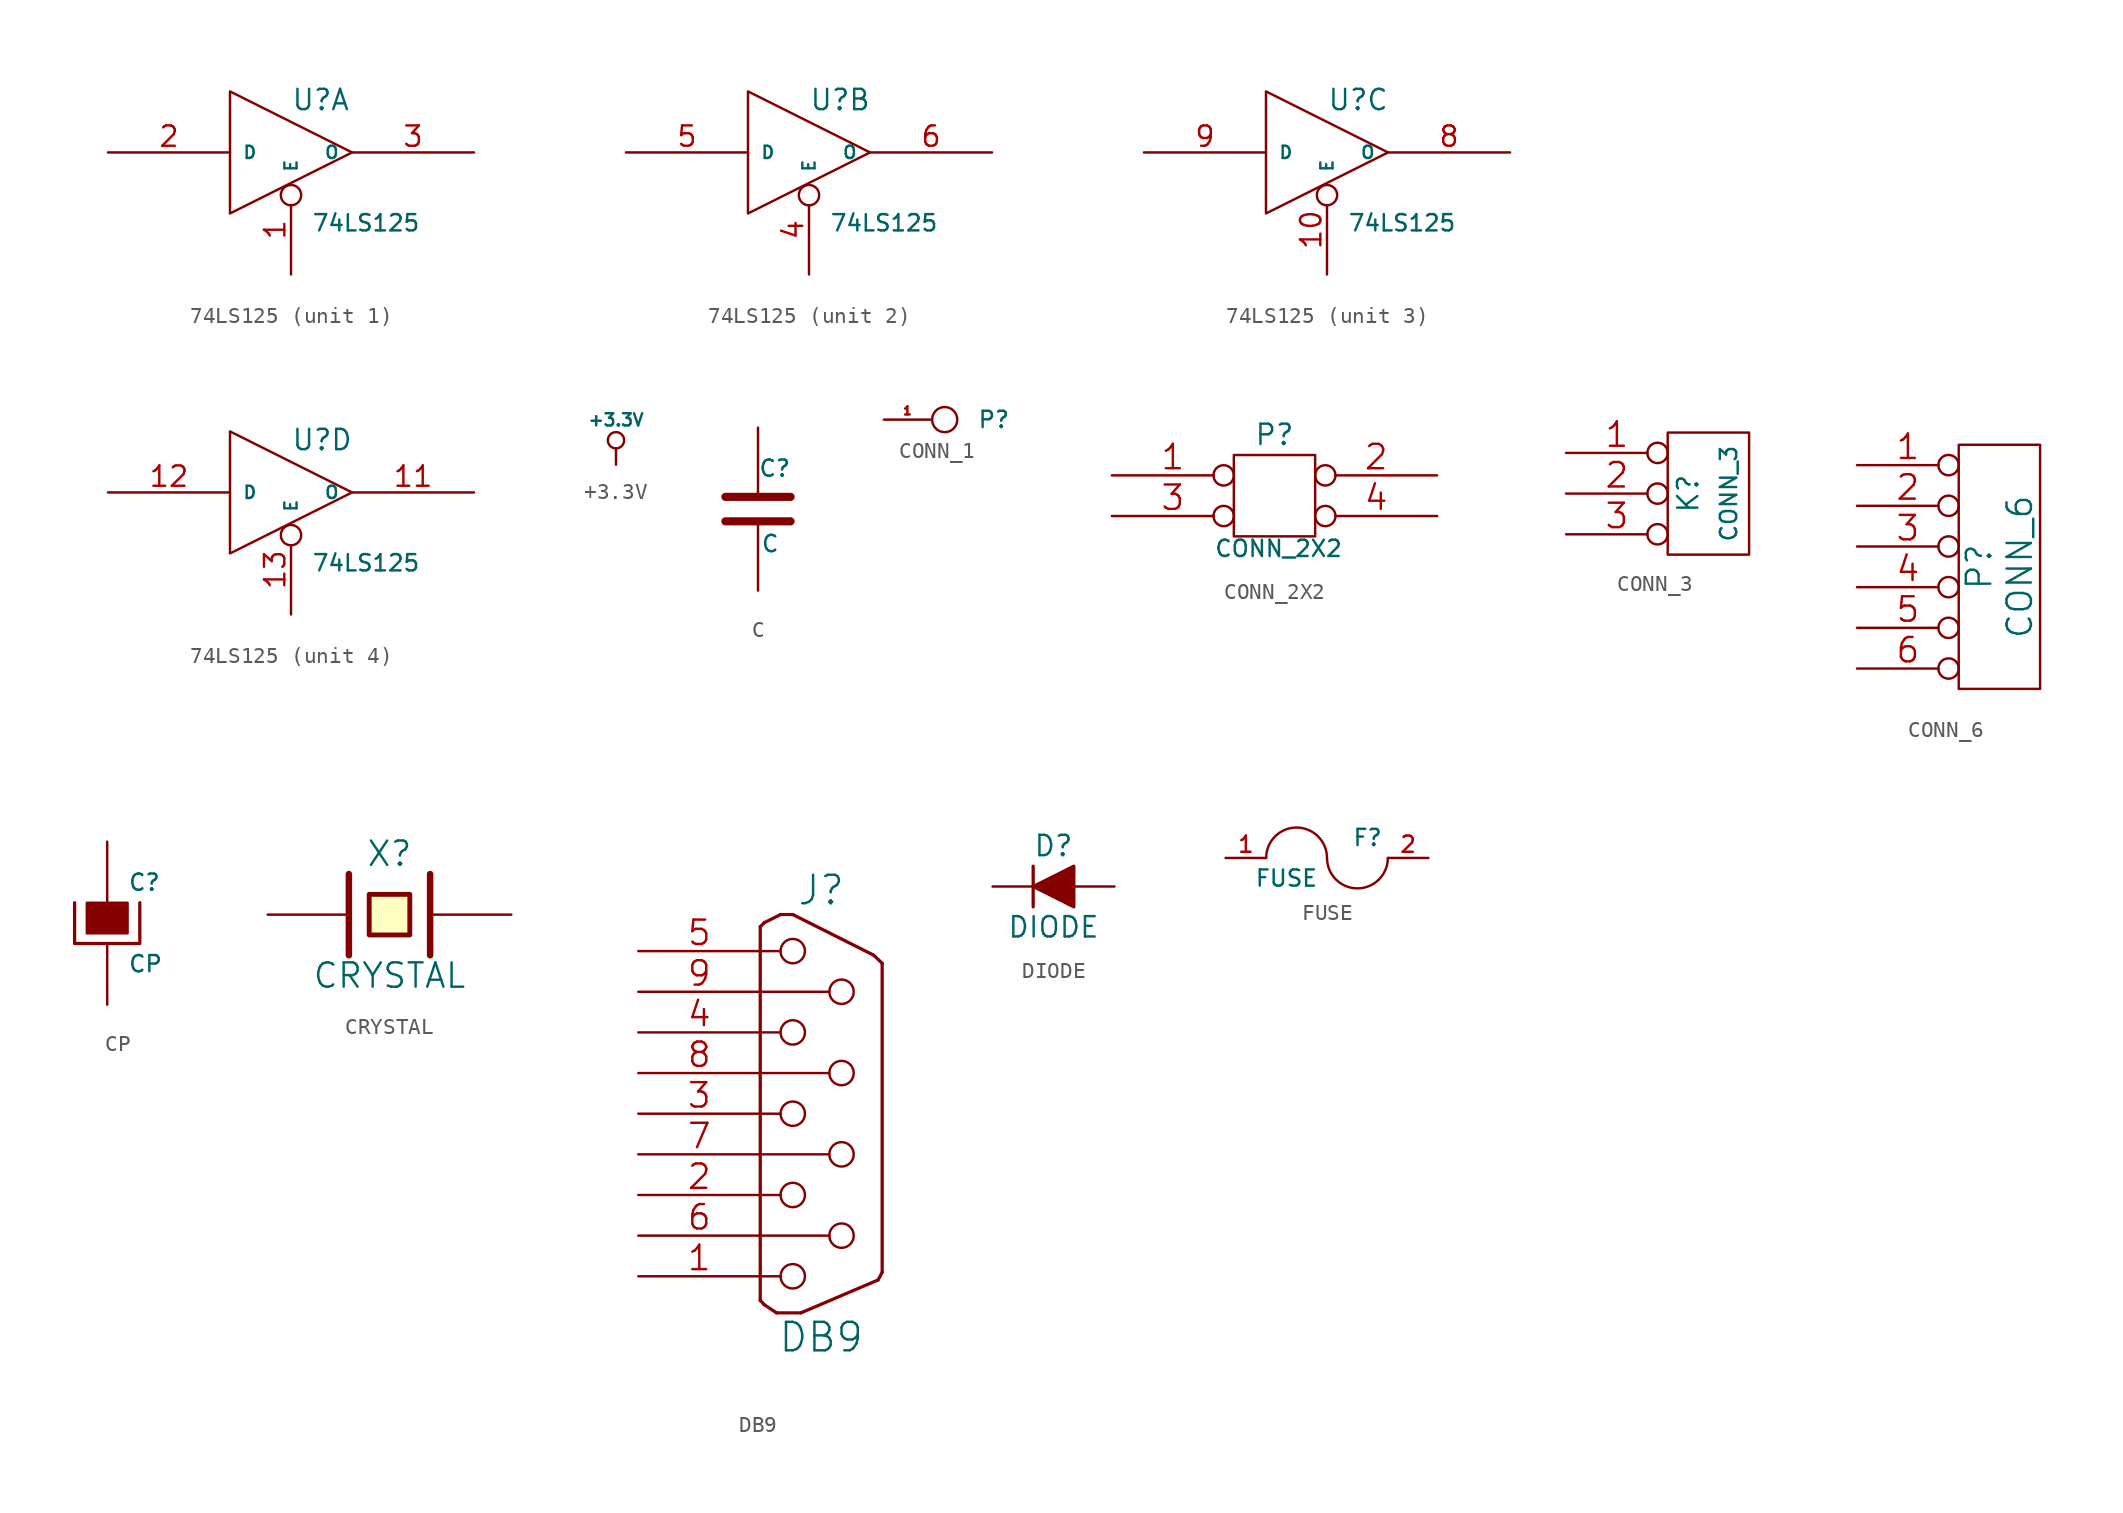
<source format=kicad_sym>
(kicad_symbol_lib
  (version 20241209)
  (generator "kicad_symbol_editor")
  (generator_version "9.0")
  (symbol "74LS125"
    (pin_names
      (offset 0.762))
    (property "Reference" "U"
      (at 0 2.54 0)
      (effects (font (size 1.27 1.27)) (justify left bottom)))
    (property "Value" "74LS125"
      (at 1.27 -3.81 0)
      (effects (font (size 1.016 1.016)) (justify left top)))
    (property "Footprint" ""
      (at 0 0 0)
      (effects (font (size 1.524 1.524))))
    (property "Datasheet" ""
      (at 0 0 0)
      (effects (font (size 1.524 1.524))))
    (symbol "74LS125_0_0"
      (pin power_in line (at -3.81 3.81 270) (length 0) (hide yes) (name "VCC" (effects (font (size 0.762 0.762)))) (number "14" (effects (font (size 1.27 1.27)))))
      (pin power_in line (at -3.81 -3.81 90) (length 0) (hide yes) (name "GND" (effects (font (size 0.762 0.762)))) (number "7" (effects (font (size 1.27 1.27))))))
    (symbol "74LS125_0_1"
      (polyline (pts (xy -3.81 3.81) (xy -3.81 -3.81) (xy 3.81 0) (xy -3.81 3.81)) (stroke (width 0) (type default)) (fill (type none))))
    (symbol "74LS125_1_0"
      (pin input inverted (at 0 -7.62 90) (length 5.588) (name "E" (effects (font (size 0.762 0.762)))) (number "1" (effects (font (size 1.27 1.27))))))
    (symbol "74LS125_1_1"
      (pin input line (at -11.43 0 0) (length 7.62) (name "D" (effects (font (size 0.762 0.762)))) (number "2" (effects (font (size 1.27 1.27)))))
      (pin tri_state line (at 11.43 0 180) (length 7.62) (name "O" (effects (font (size 0.762 0.762)))) (number "3" (effects (font (size 1.27 1.27))))))
    (symbol "74LS125_2_0"
      (pin input inverted (at 0 -7.62 90) (length 5.588) (name "E" (effects (font (size 0.762 0.762)))) (number "4" (effects (font (size 1.27 1.27))))))
    (symbol "74LS125_2_1"
      (pin input line (at -11.43 0 0) (length 7.62) (name "D" (effects (font (size 0.762 0.762)))) (number "5" (effects (font (size 1.27 1.27)))))
      (pin tri_state line (at 11.43 0 180) (length 7.62) (name "O" (effects (font (size 0.762 0.762)))) (number "6" (effects (font (size 1.27 1.27))))))
    (symbol "74LS125_3_0"
      (pin input inverted (at 0 -7.62 90) (length 5.588) (name "E" (effects (font (size 0.762 0.762)))) (number "10" (effects (font (size 1.27 1.27))))))
    (symbol "74LS125_3_1"
      (pin input line (at -11.43 0 0) (length 7.62) (name "D" (effects (font (size 0.762 0.762)))) (number "9" (effects (font (size 1.27 1.27)))))
      (pin tri_state line (at 11.43 0 180) (length 7.62) (name "O" (effects (font (size 0.762 0.762)))) (number "8" (effects (font (size 1.27 1.27))))))
    (symbol "74LS125_4_0"
      (pin input inverted (at 0 -7.62 90) (length 5.588) (name "E" (effects (font (size 0.762 0.762)))) (number "13" (effects (font (size 1.27 1.27))))))
    (symbol "74LS125_4_1"
      (pin input line (at -11.43 0 0) (length 7.62) (name "D" (effects (font (size 0.762 0.762)))) (number "12" (effects (font (size 1.27 1.27)))))
      (pin tri_state line (at 11.43 0 180) (length 7.62) (name "O" (effects (font (size 0.762 0.762)))) (number "11" (effects (font (size 1.27 1.27)))))))
  (symbol "+3.3V"
    (power)
    (pin_names
      (offset 0))
    (property "Reference" "#PWR"
      (at 0 -1.016 0)
      (effects (font (size 0.762 0.762)) (hide yes)))
    (property "Value" "+3.3V"
      (at 0 2.794 0)
      (effects (font (size 0.762 0.762))))
    (property "Footprint" ""
      (at 0 0 0)
      (effects (font (size 1.524 1.524))))
    (property "Datasheet" ""
      (at 0 0 0)
      (effects (font (size 1.524 1.524))))
    (symbol "+3.3V_0_0"
      (pin power_in line (at 0 0 90) (length 0) (hide yes) (name "+3.3V" (effects (font (size 0.762 0.762)))) (number "1" (effects (font (size 0.762 0.762))))))
    (symbol "+3.3V_0_1"
      (circle (center 0 1.524) (radius 0.508) (stroke (width 0) (type default)) (fill (type none)))
      (polyline (pts (xy 0 0) (xy 0 1.016) (xy 0 1.016)) (stroke (width 0) (type default)) (fill (type none)))))
  (symbol "C"
    (pin_numbers
      (hide yes))
    (pin_names
      (offset 0.254))
    (property "Reference" "C"
      (at 0 2.54 0)
      (effects (font (size 1.016 1.016)) (justify left)))
    (property "Value" "C"
      (at 0.152 -2.159 0)
      (effects (font (size 1.016 1.016)) (justify left)))
    (property "Footprint" ""
      (at 0.965 -3.81 0)
      (effects (font (size 0.762 0.762))))
    (property "Datasheet" ""
      (at 0 2.54 0)
      (effects (font (size 0.762 0.762))))
    (symbol "C_0_1"
      (polyline (pts (xy -2.032 0.762) (xy 2.032 0.762)) (stroke (width 0.508) (type default)) (fill (type none)))
      (polyline (pts (xy -2.032 -0.762) (xy 2.032 -0.762)) (stroke (width 0.508) (type default)) (fill (type none))))
    (symbol "C_1_1"
      (pin passive line (at 0 5.08 270) (length 4.318) (name "~" (effects (font (size 1.016 1.016)))) (number "1" (effects (font (size 1.016 1.016)))))
      (pin passive line (at 0 -5.08 90) (length 4.318) (name "~" (effects (font (size 1.016 1.016)))) (number "2" (effects (font (size 1.016 1.016)))))))
  (symbol "CONN_1"
    (pin_names
      (offset 0.762)
      (hide yes))
    (property "Reference" "P"
      (at 2.032 0 0)
      (effects (font (size 1.016 1.016)) (justify left)))
    (property "Footprint" ""
      (at 0 0 0)
      (effects (font (size 1.524 1.524))))
    (property "Datasheet" ""
      (at 0 0 0)
      (effects (font (size 1.524 1.524))))
    (symbol "CONN_1_0_1"
      (circle (center 0 0) (radius 0.787) (stroke (width 0) (type default)) (fill (type none))))
    (symbol "CONN_1_1_1"
      (pin passive line (at -3.81 0 0) (length 2.946) (name "1" (effects (font (size 1.524 1.524)))) (number "1" (effects (font (size 0.508 0.508)))))))
  (symbol "CONN_2X2"
    (pin_names
      (offset 1.016)
      (hide yes))
    (property "Reference" "P"
      (at 0 3.81 0)
      (effects (font (size 1.27 1.27))))
    (property "Value" "CONN_2X2"
      (at 0.254 -3.302 0)
      (effects (font (size 1.016 1.016))))
    (property "Footprint" ""
      (at 0 0 0)
      (effects (font (size 1.524 1.524))))
    (property "Datasheet" ""
      (at 0 0 0)
      (effects (font (size 1.524 1.524))))
    (symbol "CONN_2X2_0_1"
      (rectangle (start -2.54 2.54) (end 2.54 -2.54) (stroke (width 0) (type default)) (fill (type none))))
    (symbol "CONN_2X2_1_1"
      (pin passive inverted (at -10.16 1.27 0) (length 7.62) (name "1" (effects (font (size 1.524 1.524)))) (number "1" (effects (font (size 1.524 1.524)))))
      (pin passive inverted (at -10.16 -1.27 0) (length 7.62) (name "3" (effects (font (size 1.524 1.524)))) (number "3" (effects (font (size 1.524 1.524)))))
      (pin passive inverted (at 10.16 1.27 180) (length 7.62) (name "2" (effects (font (size 1.524 1.524)))) (number "2" (effects (font (size 1.524 1.524)))))
      (pin passive inverted (at 10.16 -1.27 180) (length 7.62) (name "4" (effects (font (size 1.524 1.524)))) (number "4" (effects (font (size 1.524 1.524)))))))
  (symbol "CONN_3"
    (pin_names
      (offset 1.016)
      (hide yes))
    (property "Reference" "K"
      (at -1.27 0 90)
      (effects (font (size 1.27 1.27))))
    (property "Value" "CONN_3"
      (at 1.27 0 90)
      (effects (font (size 1.016 1.016))))
    (property "Footprint" ""
      (at 0 0 0)
      (effects (font (size 1.524 1.524))))
    (property "Datasheet" ""
      (at 0 0 0)
      (effects (font (size 1.524 1.524))))
    (symbol "CONN_3_0_1"
      (rectangle (start -2.54 3.81) (end 2.54 -3.81) (stroke (width 0) (type default)) (fill (type none))))
    (symbol "CONN_3_1_1"
      (pin passive inverted (at -8.89 2.54 0) (length 6.35) (name "P1" (effects (font (size 1.524 1.524)))) (number "1" (effects (font (size 1.524 1.524)))))
      (pin passive inverted (at -8.89 0 0) (length 6.35) (name "PM" (effects (font (size 1.524 1.524)))) (number "2" (effects (font (size 1.524 1.524)))))
      (pin passive inverted (at -8.89 -2.54 0) (length 6.35) (name "P3" (effects (font (size 1.524 1.524)))) (number "3" (effects (font (size 1.524 1.524)))))))
  (symbol "CONN_6"
    (pin_names
      (offset 0.762)
      (hide yes))
    (property "Reference" "P"
      (at -1.27 0 90)
      (effects (font (size 1.524 1.524))))
    (property "Value" "CONN_6"
      (at 1.27 0 90)
      (effects (font (size 1.524 1.524))))
    (property "Footprint" ""
      (at 0 0 0)
      (effects (font (size 1.524 1.524))))
    (property "Datasheet" ""
      (at 0 0 0)
      (effects (font (size 1.524 1.524))))
    (symbol "CONN_6_0_1"
      (rectangle (start -2.54 7.62) (end 2.54 -7.62) (stroke (width 0) (type default)) (fill (type none))))
    (symbol "CONN_6_1_1"
      (pin passive inverted (at -8.89 6.35 0) (length 6.35) (name "1" (effects (font (size 1.524 1.524)))) (number "1" (effects (font (size 1.524 1.524)))))
      (pin passive inverted (at -8.89 3.81 0) (length 6.35) (name "2" (effects (font (size 1.524 1.524)))) (number "2" (effects (font (size 1.524 1.524)))))
      (pin passive inverted (at -8.89 1.27 0) (length 6.35) (name "3" (effects (font (size 1.524 1.524)))) (number "3" (effects (font (size 1.524 1.524)))))
      (pin passive inverted (at -8.89 -1.27 0) (length 6.35) (name "4" (effects (font (size 1.524 1.524)))) (number "4" (effects (font (size 1.524 1.524)))))
      (pin passive inverted (at -8.89 -3.81 0) (length 6.35) (name "5" (effects (font (size 1.524 1.524)))) (number "5" (effects (font (size 1.524 1.524)))))
      (pin passive inverted (at -8.89 -6.35 0) (length 6.35) (name "6" (effects (font (size 1.524 1.524)))) (number "6" (effects (font (size 1.524 1.524)))))))
  (symbol "CP"
    (pin_numbers
      (hide yes))
    (pin_names
      (offset 0.254)
      (hide yes))
    (property "Reference" "C"
      (at 1.27 2.54 0)
      (effects (font (size 1.016 1.016)) (justify left)))
    (property "Value" "CP"
      (at 1.27 -2.54 0)
      (effects (font (size 1.016 1.016)) (justify left)))
    (property "Footprint" ""
      (at 2.54 -3.81 0)
      (effects (font (size 0.762 0.762))))
    (property "Datasheet" ""
      (at 1.27 2.54 0)
      (effects (font (size 0.762 0.762))))
    (symbol "CP_0_1"
      (polyline (pts (xy -2.032 1.27) (xy -2.032 -1.27) (xy 2.032 -1.27) (xy 2.032 1.27)) (stroke (width 0.203) (type default)) (fill (type none)))
      (rectangle (start -1.27 1.27) (end 1.27 -0.635) (stroke (width 0) (type default)) (fill (type outline))))
    (symbol "CP_1_1"
      (pin passive line (at 0 5.08 270) (length 3.81) (name "~" (effects (font (size 1.016 1.016)))) (number "1" (effects (font (size 1.016 1.016)))))
      (pin passive line (at 0 -5.08 90) (length 3.81) (name "~" (effects (font (size 1.016 1.016)))) (number "2" (effects (font (size 1.016 1.016)))))))
  (symbol "CRYSTAL"
    (pin_numbers
      (hide yes))
    (pin_names
      (offset 1.016)
      (hide yes))
    (property "Reference" "X"
      (at 0 3.81 0)
      (effects (font (size 1.524 1.524))))
    (property "Value" "CRYSTAL"
      (at 0 -3.81 0)
      (effects (font (size 1.524 1.524))))
    (property "Footprint" ""
      (at 0 0 0)
      (effects (font (size 1.524 1.524))))
    (property "Datasheet" ""
      (at 0 0 0)
      (effects (font (size 1.524 1.524))))
    (symbol "CRYSTAL_0_1"
      (polyline (pts (xy -2.54 2.54) (xy -2.54 -2.54)) (stroke (width 0.406) (type default)) (fill (type none)))
      (polyline (pts (xy -1.27 1.27) (xy 1.27 1.27) (xy 1.27 -1.27) (xy -1.27 -1.27) (xy -1.27 1.27)) (stroke (width 0.305) (type default)) (fill (type background)))
      (polyline (pts (xy 2.54 2.54) (xy 2.54 -2.54)) (stroke (width 0.406) (type default)) (fill (type none))))
    (symbol "CRYSTAL_1_1"
      (pin passive line (at -7.62 0 0) (length 5.08) (name "1" (effects (font (size 1.016 1.016)))) (number "1" (effects (font (size 1.016 1.016)))))
      (pin passive line (at 7.62 0 180) (length 5.08) (name "2" (effects (font (size 1.016 1.016)))) (number "2" (effects (font (size 1.016 1.016)))))))
  (symbol "DB9"
    (pin_names
      (offset 1.016)
      (hide yes))
    (property "Reference" "J"
      (at 0 13.97 0)
      (effects (font (size 1.778 1.778))))
    (property "Value" "DB9"
      (at 0 -13.97 0)
      (effects (font (size 1.778 1.778))))
    (property "Footprint" ""
      (at 0 0 0)
      (effects (font (size 1.524 1.524))))
    (property "Datasheet" ""
      (at 0 0 0)
      (effects (font (size 1.524 1.524))))
    (symbol "DB9_0_1"
      (polyline (pts (xy -3.81 10.16) (xy -2.54 10.16)) (stroke (width 0) (type default)) (fill (type none)))
      (polyline (pts (xy -3.81 7.62) (xy 0.508 7.62)) (stroke (width 0) (type default)) (fill (type none)))
      (polyline (pts (xy -3.81 5.08) (xy -2.54 5.08)) (stroke (width 0) (type default)) (fill (type none)))
      (polyline (pts (xy -3.81 2.54) (xy 0.508 2.54)) (stroke (width 0) (type default)) (fill (type none)))
      (polyline (pts (xy -3.81 0) (xy -2.54 0)) (stroke (width 0) (type default)) (fill (type none)))
      (polyline (pts (xy -3.81 -2.54) (xy 0.508 -2.54)) (stroke (width 0) (type default)) (fill (type none)))
      (polyline (pts (xy -3.81 -5.08) (xy -2.54 -5.08)) (stroke (width 0) (type default)) (fill (type none)))
      (polyline (pts (xy -3.81 -7.62) (xy 0.508 -7.62)) (stroke (width 0) (type default)) (fill (type none)))
      (polyline (pts (xy -3.81 -10.16) (xy -2.54 -10.16)) (stroke (width 0) (type default)) (fill (type none)))
      (polyline (pts (xy -3.81 -11.659) (xy -3.556 -11.938)) (stroke (width 0.203) (type default)) (fill (type none)))
      (polyline (pts (xy -3.81 -11.684) (xy -3.81 11.684)) (stroke (width 0.203) (type default)) (fill (type none)))
      (polyline (pts (xy -3.556 11.938) (xy -3.81 11.684)) (stroke (width 0.203) (type default)) (fill (type none)))
      (polyline (pts (xy -3.556 11.938) (xy -2.54 12.446)) (stroke (width 0.203) (type default)) (fill (type none)))
      (polyline (pts (xy -3.556 -11.938) (xy -2.794 -12.446)) (stroke (width 0.203) (type default)) (fill (type none)))
      (polyline (pts (xy -2.794 -12.446) (xy -1.27 -12.446)) (stroke (width 0.203) (type default)) (fill (type none)))
      (polyline (pts (xy -2.54 12.446) (xy -1.778 12.446)) (stroke (width 0.203) (type default)) (fill (type none)))
      (circle (center -1.778 10.16) (radius 0.762) (stroke (width 0) (type default)) (fill (type none)))
      (circle (center -1.778 5.08) (radius 0.762) (stroke (width 0) (type default)) (fill (type none)))
      (circle (center -1.778 0) (radius 0.762) (stroke (width 0) (type default)) (fill (type none)))
      (circle (center -1.778 -5.08) (radius 0.762) (stroke (width 0) (type default)) (fill (type none)))
      (circle (center -1.778 -10.16) (radius 0.762) (stroke (width 0) (type default)) (fill (type none)))
      (circle (center 1.27 7.62) (radius 0.762) (stroke (width 0) (type default)) (fill (type none)))
      (circle (center 1.27 2.54) (radius 0.762) (stroke (width 0) (type default)) (fill (type none)))
      (circle (center 1.27 -2.54) (radius 0.762) (stroke (width 0) (type default)) (fill (type none)))
      (circle (center 1.27 -7.62) (radius 0.762) (stroke (width 0) (type default)) (fill (type none)))
      (polyline (pts (xy 3.277 9.906) (xy -1.778 12.446)) (stroke (width 0.203) (type default)) (fill (type none)))
      (polyline (pts (xy 3.277 9.906) (xy 3.81 9.398)) (stroke (width 0.203) (type default)) (fill (type none)))
      (polyline (pts (xy 3.556 -10.389) (xy -1.27 -12.446)) (stroke (width 0.203) (type default)) (fill (type none)))
      (polyline (pts (xy 3.81 9.398) (xy 3.81 -9.906)) (stroke (width 0.203) (type default)) (fill (type none)))
      (polyline (pts (xy 3.81 -9.906) (xy 3.556 -10.389)) (stroke (width 0.203) (type default)) (fill (type none))))
    (symbol "DB9_1_1"
      (pin passive line (at -11.43 10.16 0) (length 7.62) (name "5" (effects (font (size 1.524 1.524)))) (number "5" (effects (font (size 1.524 1.524)))))
      (pin passive line (at -11.43 7.62 0) (length 7.62) (name "P9" (effects (font (size 1.524 1.524)))) (number "9" (effects (font (size 1.524 1.524)))))
      (pin passive line (at -11.43 5.08 0) (length 7.62) (name "4" (effects (font (size 1.524 1.524)))) (number "4" (effects (font (size 1.524 1.524)))))
      (pin passive line (at -11.43 2.54 0) (length 7.62) (name "P8" (effects (font (size 1.524 1.524)))) (number "8" (effects (font (size 1.524 1.524)))))
      (pin passive line (at -11.43 0 0) (length 7.62) (name "3" (effects (font (size 1.524 1.524)))) (number "3" (effects (font (size 1.524 1.524)))))
      (pin passive line (at -11.43 -2.54 0) (length 7.62) (name "P7" (effects (font (size 1.524 1.524)))) (number "7" (effects (font (size 1.524 1.524)))))
      (pin passive line (at -11.43 -5.08 0) (length 7.62) (name "2" (effects (font (size 1.524 1.524)))) (number "2" (effects (font (size 1.524 1.524)))))
      (pin passive line (at -11.43 -7.62 0) (length 7.62) (name "P6" (effects (font (size 1.524 1.524)))) (number "6" (effects (font (size 1.524 1.524)))))
      (pin passive line (at -11.43 -10.16 0) (length 7.62) (name "1" (effects (font (size 1.524 1.524)))) (number "1" (effects (font (size 1.524 1.524)))))))
  (symbol "DIODE"
    (pin_numbers
      (hide yes))
    (pin_names
      (offset 1.016)
      (hide yes))
    (property "Reference" "D"
      (at 0 2.54 0)
      (effects (font (size 1.27 1.27))))
    (property "Value" "DIODE"
      (at 0 -2.54 0)
      (effects (font (size 1.27 1.27))))
    (symbol "DIODE_0_1"
      (polyline (pts (xy -1.27 1.27) (xy -1.27 -1.27)) (stroke (width 0.203) (type default)) (fill (type none)))
      (polyline (pts (xy 1.27 1.27) (xy 1.27 -1.27) (xy -1.27 0) (xy 1.27 1.27)) (stroke (width 0.203) (type default)) (fill (type outline)))
      (polyline (pts (xy 1.27 0) (xy -1.27 0)) (stroke (width 0) (type default)) (fill (type none))))
    (symbol "DIODE_1_1"
      (pin passive line (at -3.81 0 0) (length 2.54) (name "K" (effects (font (size 1.27 1.27)))) (number "1" (effects (font (size 1.27 1.27)))))
      (pin passive line (at 3.81 0 180) (length 2.54) (name "A" (effects (font (size 1.27 1.27)))) (number "2" (effects (font (size 1.27 1.27)))))))
  (symbol "FUSE"
    (pin_names
      (offset 0.254))
    (property "Reference" "F"
      (at 2.54 1.27 0)
      (effects (font (size 1.016 1.016))))
    (property "Value" "FUSE"
      (at -2.54 -1.27 0)
      (effects (font (size 1.016 1.016))))
    (property "Footprint" ""
      (at 0 0 0)
      (effects (font (size 1.524 1.524))))
    (property "Datasheet" ""
      (at 0 0 0)
      (effects (font (size 1.524 1.524))))
    (symbol "FUSE_0_1"
      (arc (start -3.81 0) (mid -1.905 1.8967) (end 0 0) (stroke (width 0) (type default)) (fill (type none)))
      (arc (start 3.81 0) (mid 1.905 -1.8967) (end 0 0) (stroke (width 0) (type default)) (fill (type none))))
    (symbol "FUSE_1_1"
      (pin input line (at -6.35 0 0) (length 2.54) (name "~" (effects (font (size 1.016 1.016)))) (number "1" (effects (font (size 1.016 1.016)))))
      (pin input line (at 6.35 0 180) (length 2.54) (name "~" (effects (font (size 1.016 1.016)))) (number "2" (effects (font (size 1.016 1.016))))))))
</source>
